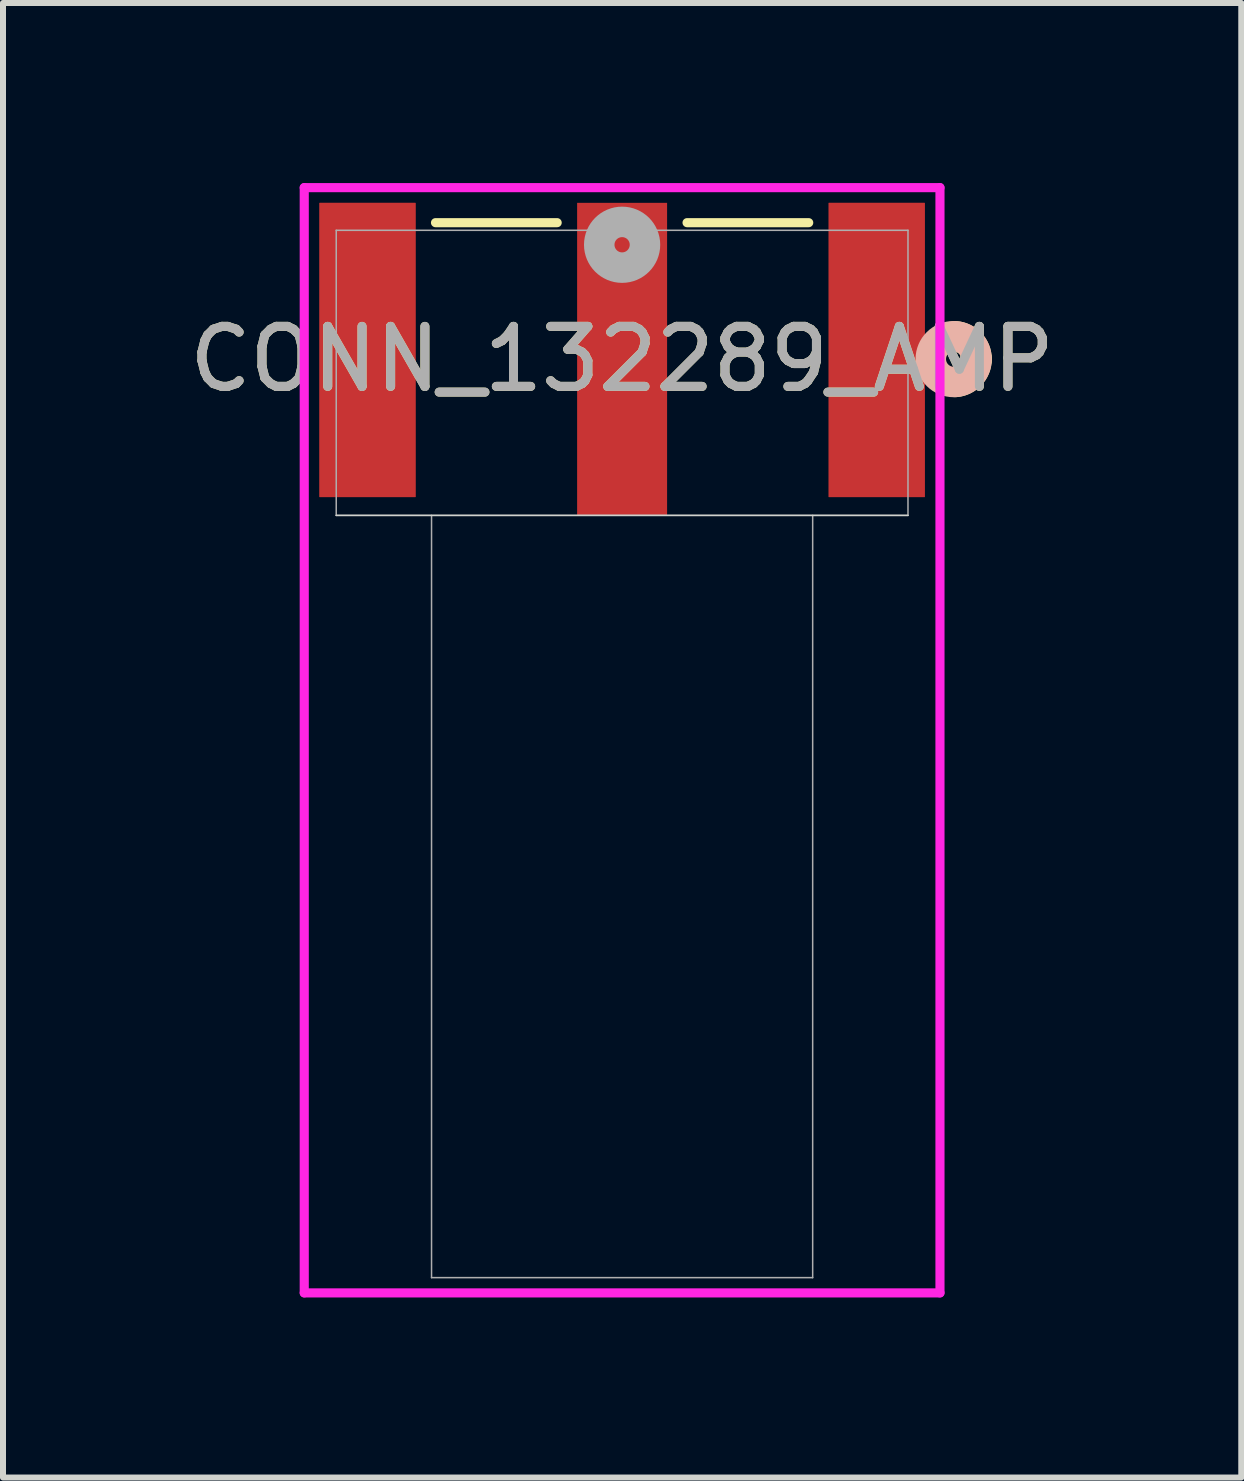
<source format=kicad_pcb>
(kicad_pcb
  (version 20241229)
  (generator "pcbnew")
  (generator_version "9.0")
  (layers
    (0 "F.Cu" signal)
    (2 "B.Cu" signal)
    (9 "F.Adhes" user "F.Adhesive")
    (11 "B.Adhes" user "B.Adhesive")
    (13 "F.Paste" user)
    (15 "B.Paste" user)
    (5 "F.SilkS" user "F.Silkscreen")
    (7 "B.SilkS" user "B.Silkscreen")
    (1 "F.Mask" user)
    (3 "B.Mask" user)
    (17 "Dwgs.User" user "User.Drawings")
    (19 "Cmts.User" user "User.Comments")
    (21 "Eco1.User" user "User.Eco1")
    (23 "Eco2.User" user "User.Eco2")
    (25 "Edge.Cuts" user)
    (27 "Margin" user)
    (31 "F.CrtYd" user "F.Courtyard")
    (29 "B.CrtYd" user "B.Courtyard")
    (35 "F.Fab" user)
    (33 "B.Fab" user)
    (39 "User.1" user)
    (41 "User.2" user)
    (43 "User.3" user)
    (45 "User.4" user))
  (footprint "CONN_132289_AMP"
    (layer "F.Cu")
    (at 7.315 3.162)
    (property "Reference" "CONN_132289_AMP" (at 0 -0.229 0) (unlocked yes) (layer "F.SilkS") (effects (font (size 1 1) (thickness 0.15))))
    (attr smd)
    (fp_line (start -1.082 -2.502) (end -3.109 -2.502) (stroke (width 0.152) (type solid)) (layer "F.SilkS"))
    (fp_line (start 3.109 -2.502) (end 1.082 -2.502) (stroke (width 0.152) (type solid)) (layer "F.SilkS"))
    (fp_arc (start 5.55244 -0.608574) (mid 5.803611 -0.487941) (end 5.9055 -0.2286) (stroke (width 0.508) (type solid)) (layer "F.SilkS"))
    (fp_arc (start 5.9055 -0.2286) (mid 5.803611 0.030741) (end 5.55244 0.151374) (stroke (width 0.508) (type solid)) (layer "F.SilkS"))
    (fp_circle (center 5.524 -0.229) (end 5.905 -0.229) (stroke (width 0.508) (type solid)) (fill no) (layer "B.SilkS"))
    (fp_line (start -4.763 2.375) (end 4.763 2.375) (stroke (width 0.025) (type solid)) (layer "Edge.Cuts"))
    (fp_line (start -5.296 -3.086) (end -5.296 15.329) (stroke (width 0.152) (type solid)) (layer "F.CrtYd"))
    (fp_line (start -5.296 15.329) (end 5.296 15.329) (stroke (width 0.152) (type solid)) (layer "F.CrtYd"))
    (fp_line (start 5.296 -3.086) (end -5.296 -3.086) (stroke (width 0.152) (type solid)) (layer "F.CrtYd"))
    (fp_line (start 5.296 15.329) (end 5.296 -3.086) (stroke (width 0.152) (type solid)) (layer "F.CrtYd"))
    (fp_line (start -4.763 -2.375) (end -4.763 2.375) (stroke (width 0.025) (type solid)) (layer "F.Fab"))
    (fp_line (start -4.763 2.375) (end 4.763 2.375) (stroke (width 0.025) (type solid)) (layer "F.Fab"))
    (fp_line (start -3.175 2.375) (end -3.175 15.075) (stroke (width 0.025) (type solid)) (layer "F.Fab"))
    (fp_line (start -3.175 15.075) (end 3.175 15.075) (stroke (width 0.025) (type solid)) (layer "F.Fab"))
    (fp_line (start 3.175 15.075) (end 3.175 2.375) (stroke (width 0.025) (type solid)) (layer "F.Fab"))
    (fp_line (start 4.763 -2.375) (end -4.763 -2.375) (stroke (width 0.025) (type solid)) (layer "F.Fab"))
    (fp_line (start 4.763 2.375) (end 4.763 -2.375) (stroke (width 0.025) (type solid)) (layer "F.Fab"))
    (fp_circle (center 0 -2.134) (end 0.381 -2.134) (stroke (width 0.508) (type solid)) (fill no) (layer "F.Fab"))
    (fp_text user "${REFERENCE}" (at 0 -0.229 0) (unlocked yes) (layer "F.Fab") (effects (font (size 1 1) (thickness 0.15))))
    (pad "1" smd rect (at 0 -0.229) (size 1.499 5.207) (layers "F.Cu" "F.Mask" "F.Paste"))
    (pad "2" smd rect (at -4.242 -0.381) (size 1.6 4.902) (layers "F.Cu" "F.Mask" "F.Paste"))
    (pad "3" smd rect (at 4.242 -0.381) (size 1.6 4.902) (layers "F.Cu" "F.Mask" "F.Paste"))
    (pad "4" smd rect (at -4.242 -0.381) (size 1.6 4.902) (layers "F.Cu" "F.Mask" "F.Paste"))
    (pad "5" smd rect (at 4.242 -0.381) (size 1.6 4.902) (layers "F.Cu" "F.Mask" "F.Paste")))
  (gr_rect
    (start -3 -3)
    (end 17.631 21.567)
    (stroke (width 0.1) (type default))
    (fill no)
    (layer "Edge.Cuts")))
</source>
